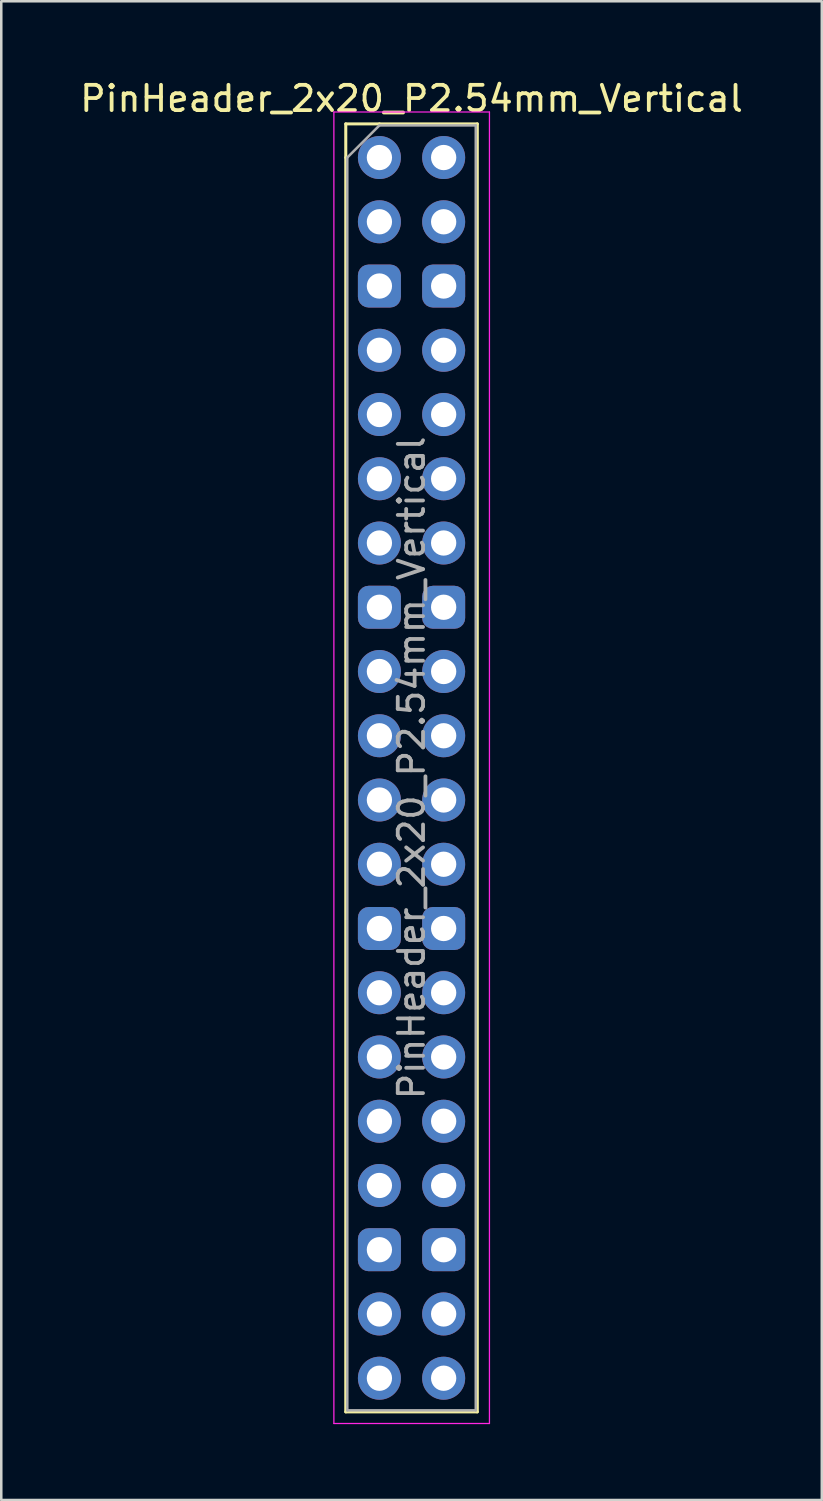
<source format=kicad_pcb>
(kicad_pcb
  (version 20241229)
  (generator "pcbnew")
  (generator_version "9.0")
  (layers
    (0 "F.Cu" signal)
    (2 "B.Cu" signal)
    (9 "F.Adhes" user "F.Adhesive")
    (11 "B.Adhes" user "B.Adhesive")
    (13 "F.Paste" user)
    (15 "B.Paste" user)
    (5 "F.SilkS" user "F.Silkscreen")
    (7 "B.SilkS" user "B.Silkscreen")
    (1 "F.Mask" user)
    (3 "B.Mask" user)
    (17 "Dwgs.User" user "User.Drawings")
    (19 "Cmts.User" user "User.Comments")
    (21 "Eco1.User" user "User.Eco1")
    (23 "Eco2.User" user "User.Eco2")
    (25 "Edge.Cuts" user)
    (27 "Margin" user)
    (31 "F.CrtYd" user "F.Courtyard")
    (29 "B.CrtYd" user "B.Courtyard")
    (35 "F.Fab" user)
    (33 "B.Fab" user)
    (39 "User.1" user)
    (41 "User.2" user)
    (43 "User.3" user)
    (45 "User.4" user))
  (footprint "PinHeader_2x20_P2.54mm_Vertical"
    (layer "F.Cu")
    (at 11.95 3.178)
    (property "Reference" "PinHeader_2x20_P2.54mm_Vertical" (at 1.27 -2.33 0) (layer "F.SilkS") (effects (font (size 1 1) (thickness 0.15))))
    (attr through_hole)
    (fp_line (start -1.33 -1.33) (end 0 -1.33) (stroke (width 0.12) (type solid)) (layer "F.SilkS"))
    (fp_line (start -1.33 0) (end -1.33 -1.33) (stroke (width 0.12) (type solid)) (layer "F.SilkS"))
    (fp_line (start -1.33 0) (end -1.33 49.59) (stroke (width 0.12) (type solid)) (layer "F.SilkS"))
    (fp_line (start -1.33 49.59) (end 3.87 49.59) (stroke (width 0.12) (type solid)) (layer "F.SilkS"))
    (fp_line (start 0 -1.33) (end 3.87 -1.33) (stroke (width 0.12) (type solid)) (layer "F.SilkS"))
    (fp_line (start 3.87 -1.33) (end 3.87 49.59) (stroke (width 0.12) (type solid)) (layer "F.SilkS"))
    (fp_line (start -1.8 -1.8) (end -1.8 50.05) (stroke (width 0.05) (type solid)) (layer "F.CrtYd"))
    (fp_line (start -1.8 50.05) (end 4.35 50.05) (stroke (width 0.05) (type solid)) (layer "F.CrtYd"))
    (fp_line (start 4.35 -1.8) (end -1.8 -1.8) (stroke (width 0.05) (type solid)) (layer "F.CrtYd"))
    (fp_line (start 4.35 50.05) (end 4.35 -1.8) (stroke (width 0.05) (type solid)) (layer "F.CrtYd"))
    (fp_line (start -1.27 0) (end 0 -1.27) (stroke (width 0.1) (type solid)) (layer "F.Fab"))
    (fp_line (start -1.27 49.53) (end -1.27 0) (stroke (width 0.1) (type solid)) (layer "F.Fab"))
    (fp_line (start 0 -1.27) (end 3.81 -1.27) (stroke (width 0.1) (type solid)) (layer "F.Fab"))
    (fp_line (start 3.81 -1.27) (end 3.81 49.53) (stroke (width 0.1) (type solid)) (layer "F.Fab"))
    (fp_line (start 3.81 49.53) (end -1.27 49.53) (stroke (width 0.1) (type solid)) (layer "F.Fab"))
    (fp_text user "${REFERENCE}" (at 1.27 24.13 90) (layer "F.Fab") (effects (font (size 1 1) (thickness 0.15))))
    (pad "1" thru_hole oval (at 0 0) (size 1.7 1.7) (drill 1) (layers "*.Cu" "*.Mask"))
    (pad "2" thru_hole oval (at 0 2.54) (size 1.7 1.7) (drill 1) (layers "*.Cu" "*.Mask"))
    (pad "3" thru_hole roundrect (at 0 5.08) (size 1.7 1.7) (drill 1) (layers "*.Cu" "*.Mask") (roundrect_rratio 0.25))
    (pad "4" thru_hole oval (at 0 7.62) (size 1.7 1.7) (drill 1) (layers "*.Cu" "*.Mask"))
    (pad "5" thru_hole oval (at 0 10.16) (size 1.7 1.7) (drill 1) (layers "*.Cu" "*.Mask"))
    (pad "6" thru_hole oval (at 0 12.7) (size 1.7 1.7) (drill 1) (layers "*.Cu" "*.Mask"))
    (pad "7" thru_hole oval (at 0 15.24) (size 1.7 1.7) (drill 1) (layers "*.Cu" "*.Mask"))
    (pad "8" thru_hole roundrect (at 0 17.78) (size 1.7 1.7) (drill 1) (layers "*.Cu" "*.Mask") (roundrect_rratio 0.25))
    (pad "9" thru_hole oval (at 0 20.32) (size 1.7 1.7) (drill 1) (layers "*.Cu" "*.Mask"))
    (pad "10" thru_hole oval (at 0 22.86) (size 1.7 1.7) (drill 1) (layers "*.Cu" "*.Mask"))
    (pad "11" thru_hole oval (at 0 25.4) (size 1.7 1.7) (drill 1) (layers "*.Cu" "*.Mask"))
    (pad "12" thru_hole oval (at 0 27.94) (size 1.7 1.7) (drill 1) (layers "*.Cu" "*.Mask"))
    (pad "13" thru_hole roundrect (at 0 30.48) (size 1.7 1.7) (drill 1) (layers "*.Cu" "*.Mask") (roundrect_rratio 0.25))
    (pad "14" thru_hole oval (at 0 33.02) (size 1.7 1.7) (drill 1) (layers "*.Cu" "*.Mask"))
    (pad "15" thru_hole oval (at 0 35.56) (size 1.7 1.7) (drill 1) (layers "*.Cu" "*.Mask"))
    (pad "16" thru_hole oval (at 0 38.1) (size 1.7 1.7) (drill 1) (layers "*.Cu" "*.Mask"))
    (pad "17" thru_hole oval (at 0 40.64) (size 1.7 1.7) (drill 1) (layers "*.Cu" "*.Mask"))
    (pad "18" thru_hole roundrect (at 0 43.18) (size 1.7 1.7) (drill 1) (layers "*.Cu" "*.Mask") (roundrect_rratio 0.25))
    (pad "19" thru_hole oval (at 0 45.72) (size 1.7 1.7) (drill 1) (layers "*.Cu" "*.Mask"))
    (pad "20" thru_hole oval (at 0 48.26) (size 1.7 1.7) (drill 1) (layers "*.Cu" "*.Mask"))
    (pad "21" thru_hole oval (at 2.54 48.26) (size 1.7 1.7) (drill 1) (layers "*.Cu" "*.Mask"))
    (pad "22" thru_hole oval (at 2.54 45.72) (size 1.7 1.7) (drill 1) (layers "*.Cu" "*.Mask"))
    (pad "23" thru_hole roundrect (at 2.54 43.18) (size 1.7 1.7) (drill 1) (layers "*.Cu" "*.Mask") (roundrect_rratio 0.25))
    (pad "24" thru_hole oval (at 2.54 40.64) (size 1.7 1.7) (drill 1) (layers "*.Cu" "*.Mask"))
    (pad "25" thru_hole oval (at 2.54 38.1) (size 1.7 1.7) (drill 1) (layers "*.Cu" "*.Mask"))
    (pad "26" thru_hole oval (at 2.54 35.56) (size 1.7 1.7) (drill 1) (layers "*.Cu" "*.Mask"))
    (pad "27" thru_hole oval (at 2.54 33.02) (size 1.7 1.7) (drill 1) (layers "*.Cu" "*.Mask"))
    (pad "28" thru_hole roundrect (at 2.54 30.48) (size 1.7 1.7) (drill 1) (layers "*.Cu" "*.Mask") (roundrect_rratio 0.25))
    (pad "29" thru_hole oval (at 2.54 27.94) (size 1.7 1.7) (drill 1) (layers "*.Cu" "*.Mask"))
    (pad "30" thru_hole oval (at 2.54 25.4) (size 1.7 1.7) (drill 1) (layers "*.Cu" "*.Mask"))
    (pad "31" thru_hole oval (at 2.54 22.86) (size 1.7 1.7) (drill 1) (layers "*.Cu" "*.Mask"))
    (pad "32" thru_hole oval (at 2.54 20.32) (size 1.7 1.7) (drill 1) (layers "*.Cu" "*.Mask"))
    (pad "33" thru_hole roundrect (at 2.54 17.78) (size 1.7 1.7) (drill 1) (layers "*.Cu" "*.Mask") (roundrect_rratio 0.25))
    (pad "34" thru_hole oval (at 2.54 15.24) (size 1.7 1.7) (drill 1) (layers "*.Cu" "*.Mask"))
    (pad "35" thru_hole oval (at 2.54 12.7) (size 1.7 1.7) (drill 1) (layers "*.Cu" "*.Mask"))
    (pad "36" thru_hole oval (at 2.54 10.16) (size 1.7 1.7) (drill 1) (layers "*.Cu" "*.Mask"))
    (pad "37" thru_hole oval (at 2.54 7.62) (size 1.7 1.7) (drill 1) (layers "*.Cu" "*.Mask"))
    (pad "38" thru_hole roundrect (at 2.54 5.08) (size 1.7 1.7) (drill 1) (layers "*.Cu" "*.Mask") (roundrect_rratio 0.25))
    (pad "39" thru_hole oval (at 2.54 2.54) (size 1.7 1.7) (drill 1) (layers "*.Cu" "*.Mask"))
    (pad "40" thru_hole oval (at 2.54 0) (size 1.7 1.7) (drill 1) (layers "*.Cu" "*.Mask")))
  (gr_rect
    (start -3 -3)
    (end 29.44 56.253)
    (stroke (width 0.1) (type default))
    (fill no)
    (layer "Edge.Cuts")))
</source>
